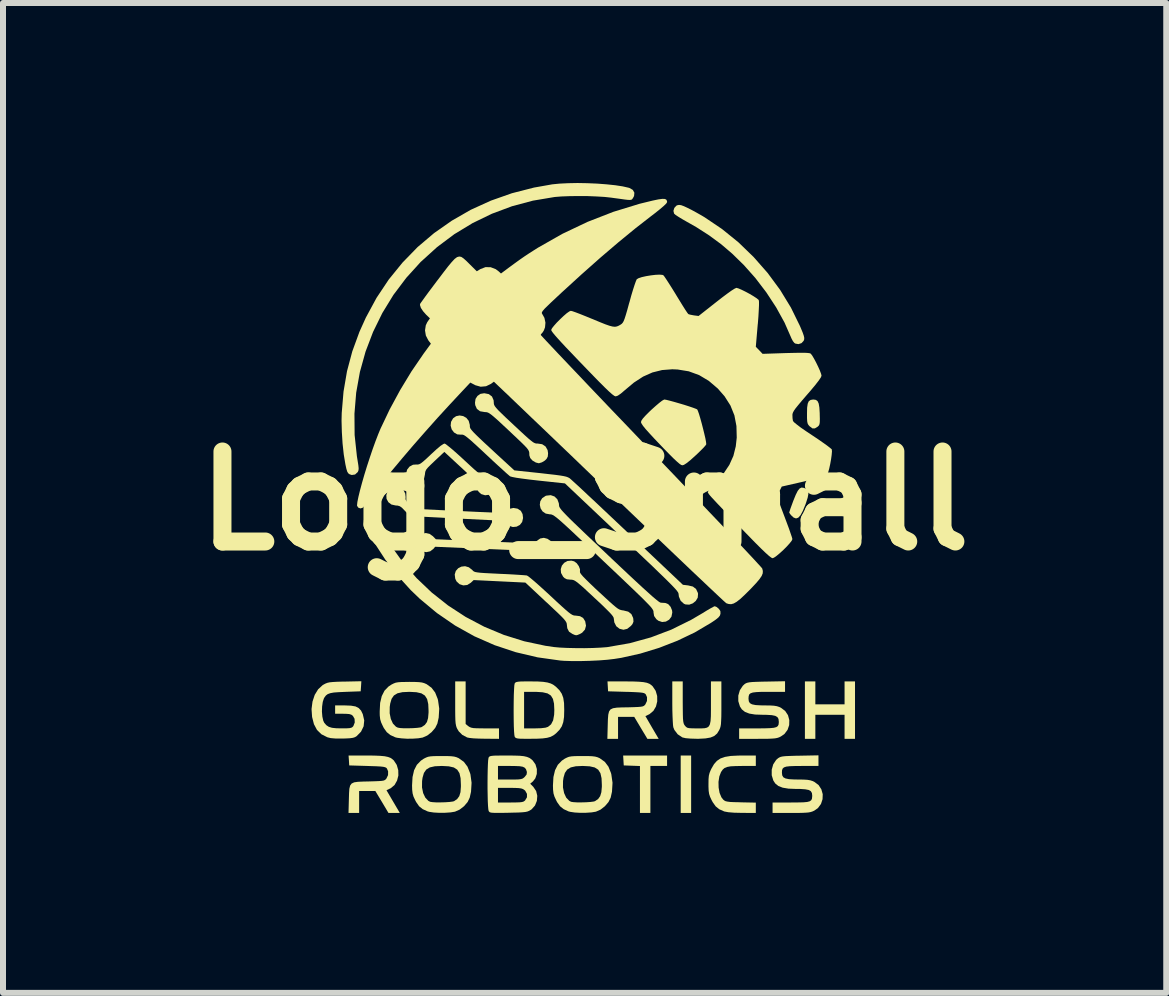
<source format=kicad_pcb>
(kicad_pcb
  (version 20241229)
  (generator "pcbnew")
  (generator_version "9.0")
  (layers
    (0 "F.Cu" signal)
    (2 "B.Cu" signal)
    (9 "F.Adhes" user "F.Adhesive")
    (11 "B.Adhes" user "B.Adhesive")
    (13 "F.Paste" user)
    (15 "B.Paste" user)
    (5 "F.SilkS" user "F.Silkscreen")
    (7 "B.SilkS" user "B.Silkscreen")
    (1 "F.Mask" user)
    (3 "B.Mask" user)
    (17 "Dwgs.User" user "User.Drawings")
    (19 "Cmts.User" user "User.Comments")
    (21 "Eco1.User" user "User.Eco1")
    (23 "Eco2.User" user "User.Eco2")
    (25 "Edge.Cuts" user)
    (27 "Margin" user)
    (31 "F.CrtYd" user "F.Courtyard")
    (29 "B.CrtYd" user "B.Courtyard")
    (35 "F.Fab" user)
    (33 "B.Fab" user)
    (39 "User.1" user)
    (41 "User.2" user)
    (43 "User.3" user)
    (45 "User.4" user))
  (footprint "Logo_Small"
    (layer "F.Cu")
    (at 6.693 5.296)
    (property "Reference" "Logo_Small" (at 0 0 0) (layer "F.SilkS") (effects (font (size 1.5 1.5) (thickness 0.3))))
    (attr board_only exclude_from_pos_files exclude_from_bom)
    (fp_poly (pts (xy 1.775 4.723) (xy 1.775 5.202) (xy 1.688 5.202) (xy 1.601 5.202) (xy 1.601 4.723) (xy 1.601 4.245) (xy 1.688 4.245) (xy 1.775 4.245)) (stroke (width 0) (type solid)) (fill yes) (layer "F.SilkS"))
    (fp_poly (pts (xy 1.374 4.332) (xy 1.374 4.419) (xy 1.235 4.419) (xy 1.096 4.419) (xy 1.096 4.81) (xy 1.096 5.202) (xy 1.009 5.202) (xy 0.922 5.202) (xy 0.922 4.811) (xy 0.922 4.42) (xy 0.787 4.415) (xy 0.652 4.41) (xy 0.647 4.328) (xy 0.642 4.245) (xy 1.008 4.245) (xy 1.374 4.245)) (stroke (width 0) (type solid)) (fill yes) (layer "F.SilkS"))
    (fp_poly (pts (xy 3.845 3.201) (xy 3.845 3.392) (xy 4.088 3.392) (xy 4.332 3.392) (xy 4.332 3.201) (xy 4.332 3.01) (xy 4.419 3.01) (xy 4.506 3.01) (xy 4.506 3.488) (xy 4.506 3.967) (xy 4.419 3.967) (xy 4.332 3.967) (xy 4.332 3.767) (xy 4.332 3.566) (xy 4.088 3.566) (xy 3.845 3.566) (xy 3.845 3.767) (xy 3.845 3.967) (xy 3.758 3.967) (xy 3.671 3.967) (xy 3.671 3.488) (xy 3.671 3.01) (xy 3.758 3.01) (xy 3.845 3.01)) (stroke (width 0) (type solid)) (fill yes) (layer "F.SilkS"))
    (fp_poly (pts (xy 3.651 -0.216) (xy 3.663 -0.212) (xy 3.702 -0.188) (xy 3.724 -0.157) (xy 3.729 -0.114) (xy 3.717 -0.052) (xy 3.69 0.034) (xy 3.68 0.062) (xy 3.637 0.167) (xy 3.598 0.24) (xy 3.561 0.281) (xy 3.523 0.294) (xy 3.483 0.279) (xy 3.453 0.253) (xy 3.424 0.22) (xy 3.41 0.197) (xy 3.41 0.195) (xy 3.416 0.174) (xy 3.431 0.127) (xy 3.455 0.062) (xy 3.478 -0.001) (xy 3.518 -0.099) (xy 3.551 -0.165) (xy 3.583 -0.205) (xy 3.615 -0.221)) (stroke (width 0) (type solid)) (fill yes) (layer "F.SilkS"))
    (fp_poly (pts (xy 3.853 -1.682) (xy 3.882 -1.661) (xy 3.901 -1.62) (xy 3.912 -1.555) (xy 3.918 -1.46) (xy 3.918 -1.446) (xy 3.92 -1.365) (xy 3.919 -1.311) (xy 3.914 -1.277) (xy 3.904 -1.255) (xy 3.887 -1.238) (xy 3.882 -1.234) (xy 3.836 -1.206) (xy 3.796 -1.207) (xy 3.752 -1.24) (xy 3.748 -1.243) (xy 3.729 -1.265) (xy 3.716 -1.29) (xy 3.709 -1.325) (xy 3.706 -1.379) (xy 3.706 -1.458) (xy 3.708 -1.553) (xy 3.718 -1.619) (xy 3.736 -1.66) (xy 3.766 -1.681) (xy 3.809 -1.688) (xy 3.813 -1.688)) (stroke (width 0) (type solid)) (fill yes) (layer "F.SilkS"))
    (fp_poly (pts (xy -1.983 3.365) (xy -1.983 3.72) (xy -1.937 3.757) (xy -1.915 3.771) (xy -1.889 3.781) (xy -1.852 3.788) (xy -1.798 3.791) (xy -1.719 3.792) (xy -1.659 3.793) (xy -1.427 3.793) (xy -1.427 3.88) (xy -1.427 3.967) (xy -1.666 3.965) (xy -1.765 3.963) (xy -1.852 3.959) (xy -1.919 3.952) (xy -1.958 3.944) (xy -1.958 3.944) (xy -2.039 3.901) (xy -2.097 3.843) (xy -2.123 3.8) (xy -2.135 3.774) (xy -2.143 3.745) (xy -2.15 3.707) (xy -2.154 3.656) (xy -2.156 3.585) (xy -2.157 3.49) (xy -2.157 3.371) (xy -2.157 3.01) (xy -2.07 3.01) (xy -1.983 3.01)) (stroke (width 0) (type solid)) (fill yes) (layer "F.SilkS"))
    (fp_poly (pts (xy -2.584 0.551) (xy -2.529 0.59) (xy -2.479 0.641) (xy -1.661 0.676) (xy -0.844 0.71) (xy -0.8 0.67) (xy -0.74 0.628) (xy -0.68 0.617) (xy -0.62 0.633) (xy -0.559 0.674) (xy -0.526 0.73) (xy -0.522 0.795) (xy -0.548 0.859) (xy -0.573 0.889) (xy -0.635 0.931) (xy -0.701 0.941) (xy -0.765 0.917) (xy -0.8 0.888) (xy -0.848 0.836) (xy -1.67 0.801) (xy -2.491 0.766) (xy -2.52 0.801) (xy -2.574 0.842) (xy -2.638 0.856) (xy -2.703 0.845) (xy -2.759 0.809) (xy -2.793 0.757) (xy -2.807 0.688) (xy -2.793 0.627) (xy -2.757 0.579) (xy -2.706 0.548) (xy -2.646 0.537)) (stroke (width 0) (type solid)) (fill yes) (layer "F.SilkS"))
    (fp_poly (pts (xy 1.607 -4.927) (xy 1.656 -4.909) (xy 1.712 -4.883) (xy 1.782 -4.848) (xy 1.868 -4.801) (xy 1.956 -4.751) (xy 2.001 -4.724) (xy 2.29 -4.529) (xy 2.563 -4.308) (xy 2.817 -4.062) (xy 3.05 -3.797) (xy 3.258 -3.515) (xy 3.438 -3.22) (xy 3.587 -2.916) (xy 3.602 -2.881) (xy 3.634 -2.804) (xy 3.652 -2.752) (xy 3.66 -2.716) (xy 3.659 -2.69) (xy 3.65 -2.666) (xy 3.615 -2.628) (xy 3.564 -2.611) (xy 3.512 -2.62) (xy 3.495 -2.631) (xy 3.471 -2.661) (xy 3.446 -2.708) (xy 3.44 -2.723) (xy 3.331 -2.971) (xy 3.192 -3.223) (xy 3.029 -3.472) (xy 2.846 -3.712) (xy 2.647 -3.936) (xy 2.644 -3.938) (xy 2.461 -4.117) (xy 2.275 -4.276) (xy 2.077 -4.422) (xy 1.859 -4.562) (xy 1.702 -4.651) (xy 1.627 -4.694) (xy 1.563 -4.733) (xy 1.515 -4.765) (xy 1.492 -4.785) (xy 1.491 -4.786) (xy 1.48 -4.832) (xy 1.495 -4.881) (xy 1.529 -4.918) (xy 1.543 -4.925) (xy 1.572 -4.931)) (stroke (width 0) (type solid)) (fill yes) (layer "F.SilkS"))
    (fp_poly (pts (xy 1.36 -1.683) (xy 1.416 -1.669) (xy 1.49 -1.649) (xy 1.573 -1.625) (xy 1.658 -1.6) (xy 1.739 -1.574) (xy 1.807 -1.551) (xy 1.855 -1.533) (xy 1.876 -1.523) (xy 1.888 -1.498) (xy 1.906 -1.447) (xy 1.927 -1.377) (xy 1.95 -1.294) (xy 1.973 -1.205) (xy 1.994 -1.119) (xy 2.012 -1.042) (xy 2.023 -0.982) (xy 2.027 -0.945) (xy 2.026 -0.939) (xy 2.011 -0.918) (xy 1.975 -0.878) (xy 1.923 -0.826) (xy 1.861 -0.766) (xy 1.845 -0.752) (xy 1.762 -0.677) (xy 1.699 -0.627) (xy 1.655 -0.599) (xy 1.63 -0.592) (xy 1.61 -0.597) (xy 1.582 -0.616) (xy 1.541 -0.651) (xy 1.485 -0.703) (xy 1.413 -0.775) (xy 1.321 -0.869) (xy 1.263 -0.93) (xy 1.158 -1.04) (xy 1.077 -1.128) (xy 1.016 -1.196) (xy 0.974 -1.248) (xy 0.95 -1.284) (xy 0.94 -1.307) (xy 0.939 -1.311) (xy 0.947 -1.337) (xy 0.971 -1.372) (xy 1.015 -1.421) (xy 1.081 -1.487) (xy 1.117 -1.521) (xy 1.184 -1.581) (xy 1.244 -1.632) (xy 1.292 -1.669) (xy 1.323 -1.686) (xy 1.327 -1.688)) (stroke (width 0) (type solid)) (fill yes) (layer "F.SilkS"))
    (fp_poly (pts (xy 2.853 4.332) (xy 2.853 4.419) (xy 2.623 4.419) (xy 2.513 4.421) (xy 2.432 4.425) (xy 2.374 4.436) (xy 2.332 4.453) (xy 2.302 4.479) (xy 2.277 4.515) (xy 2.274 4.518) (xy 2.245 4.594) (xy 2.231 4.684) (xy 2.233 4.779) (xy 2.249 4.868) (xy 2.28 4.942) (xy 2.308 4.978) (xy 2.327 4.994) (xy 2.349 5.006) (xy 2.38 5.013) (xy 2.426 5.019) (xy 2.493 5.022) (xy 2.588 5.024) (xy 2.602 5.025) (xy 2.853 5.03) (xy 2.853 5.116) (xy 2.853 5.202) (xy 2.623 5.201) (xy 2.493 5.198) (xy 2.395 5.19) (xy 2.33 5.178) (xy 2.324 5.176) (xy 2.243 5.14) (xy 2.184 5.092) (xy 2.135 5.023) (xy 2.115 4.986) (xy 2.09 4.932) (xy 2.075 4.886) (xy 2.067 4.833) (xy 2.064 4.764) (xy 2.064 4.723) (xy 2.065 4.642) (xy 2.07 4.583) (xy 2.082 4.535) (xy 2.102 4.486) (xy 2.115 4.46) (xy 2.157 4.388) (xy 2.205 4.334) (xy 2.264 4.294) (xy 2.339 4.268) (xy 2.436 4.252) (xy 2.56 4.246) (xy 2.631 4.245) (xy 2.853 4.245)) (stroke (width 0) (type solid)) (fill yes) (layer "F.SilkS"))
    (fp_poly (pts (xy -3.641 4.245) (xy -3.511 4.246) (xy -3.41 4.25) (xy -3.333 4.257) (xy -3.276 4.269) (xy -3.234 4.285) (xy -3.2 4.309) (xy -3.18 4.327) (xy -3.131 4.402) (xy -3.106 4.489) (xy -3.104 4.578) (xy -3.126 4.663) (xy -3.168 4.737) (xy -3.231 4.79) (xy -3.243 4.795) (xy -3.302 4.824) (xy -3.191 5.013) (xy -3.08 5.202) (xy -3.175 5.202) (xy -3.269 5.202) (xy -3.378 5.019) (xy -3.488 4.836) (xy -3.623 4.836) (xy -3.758 4.836) (xy -3.758 5.019) (xy -3.758 5.202) (xy -3.847 5.202) (xy -3.935 5.202) (xy -3.929 4.977) (xy -3.926 4.874) (xy -3.921 4.799) (xy -3.908 4.746) (xy -3.883 4.712) (xy -3.841 4.692) (xy -3.778 4.683) (xy -3.689 4.679) (xy -3.598 4.677) (xy -3.497 4.674) (xy -3.426 4.671) (xy -3.377 4.667) (xy -3.345 4.661) (xy -3.325 4.651) (xy -3.31 4.637) (xy -3.304 4.63) (xy -3.276 4.571) (xy -3.275 4.508) (xy -3.295 4.461) (xy -3.307 4.449) (xy -3.326 4.44) (xy -3.356 4.433) (xy -3.402 4.428) (xy -3.471 4.424) (xy -3.567 4.421) (xy -3.622 4.419) (xy -3.923 4.41) (xy -3.928 4.328) (xy -3.934 4.245)) (stroke (width 0) (type solid)) (fill yes) (layer "F.SilkS"))
    (fp_poly (pts (xy 0.673 3.01) (xy 0.804 3.011) (xy 0.905 3.015) (xy 0.981 3.022) (xy 1.038 3.033) (xy 1.081 3.05) (xy 1.115 3.074) (xy 1.134 3.092) (xy 1.184 3.167) (xy 1.209 3.253) (xy 1.21 3.343) (xy 1.189 3.428) (xy 1.146 3.501) (xy 1.083 3.554) (xy 1.072 3.56) (xy 1.013 3.588) (xy 1.123 3.778) (xy 1.234 3.967) (xy 1.14 3.967) (xy 1.046 3.967) (xy 0.936 3.784) (xy 0.827 3.601) (xy 0.692 3.601) (xy 0.557 3.601) (xy 0.557 3.784) (xy 0.557 3.967) (xy 0.468 3.967) (xy 0.379 3.967) (xy 0.385 3.742) (xy 0.388 3.639) (xy 0.394 3.564) (xy 0.407 3.511) (xy 0.431 3.477) (xy 0.473 3.457) (xy 0.536 3.447) (xy 0.626 3.443) (xy 0.716 3.442) (xy 0.817 3.439) (xy 0.889 3.436) (xy 0.938 3.432) (xy 0.969 3.426) (xy 0.99 3.416) (xy 1.005 3.402) (xy 1.011 3.395) (xy 1.039 3.336) (xy 1.04 3.273) (xy 1.019 3.226) (xy 1.007 3.214) (xy 0.989 3.205) (xy 0.959 3.198) (xy 0.912 3.193) (xy 0.843 3.189) (xy 0.747 3.185) (xy 0.693 3.184) (xy 0.391 3.175) (xy 0.386 3.092) (xy 0.381 3.01)) (stroke (width 0) (type solid)) (fill yes) (layer "F.SilkS"))
    (fp_poly (pts (xy 1.635 3.355) (xy 1.636 3.474) (xy 1.637 3.563) (xy 1.639 3.628) (xy 1.643 3.673) (xy 1.649 3.704) (xy 1.657 3.726) (xy 1.669 3.744) (xy 1.671 3.747) (xy 1.69 3.768) (xy 1.711 3.782) (xy 1.742 3.789) (xy 1.792 3.792) (xy 1.868 3.793) (xy 1.871 3.793) (xy 1.944 3.793) (xy 2 3.79) (xy 2.041 3.78) (xy 2.07 3.759) (xy 2.088 3.724) (xy 2.099 3.669) (xy 2.104 3.592) (xy 2.105 3.487) (xy 2.105 3.366) (xy 2.105 3.01) (xy 2.192 3.01) (xy 2.279 3.01) (xy 2.279 3.378) (xy 2.279 3.503) (xy 2.278 3.597) (xy 2.275 3.668) (xy 2.272 3.72) (xy 2.266 3.758) (xy 2.257 3.789) (xy 2.245 3.816) (xy 2.243 3.821) (xy 2.208 3.878) (xy 2.162 3.918) (xy 2.099 3.945) (xy 2.014 3.96) (xy 1.902 3.966) (xy 1.869 3.966) (xy 1.765 3.963) (xy 1.684 3.956) (xy 1.632 3.944) (xy 1.627 3.942) (xy 1.551 3.891) (xy 1.496 3.819) (xy 1.478 3.774) (xy 1.473 3.738) (xy 1.469 3.675) (xy 1.465 3.589) (xy 1.462 3.488) (xy 1.461 3.377) (xy 1.461 3.362) (xy 1.461 3.01) (xy 1.548 3.01) (xy 1.635 3.01)) (stroke (width 0) (type solid)) (fill yes) (layer "F.SilkS"))
    (fp_poly (pts (xy -3.063 -0.218) (xy -3.018 -0.178) (xy -2.989 -0.119) (xy -2.982 -0.058) (xy -2.985 -0.046) (xy -2.982 -0.015) (xy -2.959 0.021) (xy -2.919 0.063) (xy -2.844 0.134) (xy -2.09 0.17) (xy -1.908 0.179) (xy -1.758 0.186) (xy -1.636 0.191) (xy -1.54 0.195) (xy -1.466 0.197) (xy -1.411 0.197) (xy -1.371 0.196) (xy -1.345 0.193) (xy -1.327 0.189) (xy -1.317 0.183) (xy -1.309 0.175) (xy -1.307 0.173) (xy -1.254 0.134) (xy -1.187 0.119) (xy -1.118 0.131) (xy -1.118 0.131) (xy -1.063 0.167) (xy -1.034 0.222) (xy -1.026 0.287) (xy -1.041 0.353) (xy -1.079 0.402) (xy -1.134 0.431) (xy -1.196 0.437) (xy -1.259 0.418) (xy -1.304 0.384) (xy -1.352 0.333) (xy -2.081 0.297) (xy -2.239 0.289) (xy -2.388 0.281) (xy -2.524 0.274) (xy -2.643 0.268) (xy -2.74 0.262) (xy -2.813 0.257) (xy -2.857 0.254) (xy -2.867 0.253) (xy -2.916 0.236) (xy -2.969 0.194) (xy -2.999 0.163) (xy -3.044 0.116) (xy -3.079 0.091) (xy -3.115 0.08) (xy -3.149 0.078) (xy -3.22 0.062) (xy -3.271 0.023) (xy -3.301 -0.032) (xy -3.305 -0.095) (xy -3.281 -0.159) (xy -3.255 -0.193) (xy -3.195 -0.234) (xy -3.131 -0.241)) (stroke (width 0) (type solid)) (fill yes) (layer "F.SilkS"))
    (fp_poly (pts (xy -0.174 1.009) (xy -0.132 1.04) (xy -0.097 1.089) (xy -0.077 1.141) (xy -0.078 1.181) (xy -0.076 1.197) (xy -0.06 1.222) (xy -0.029 1.259) (xy 0.021 1.31) (xy 0.09 1.378) (xy 0.182 1.466) (xy 0.236 1.516) (xy 0.336 1.608) (xy 0.414 1.68) (xy 0.474 1.733) (xy 0.519 1.771) (xy 0.554 1.797) (xy 0.583 1.813) (xy 0.608 1.821) (xy 0.634 1.826) (xy 0.645 1.827) (xy 0.726 1.847) (xy 0.779 1.888) (xy 0.808 1.951) (xy 0.811 1.969) (xy 0.814 2.015) (xy 0.798 2.053) (xy 0.772 2.085) (xy 0.71 2.134) (xy 0.647 2.149) (xy 0.582 2.133) (xy 0.528 2.091) (xy 0.495 2.027) (xy 0.487 1.968) (xy 0.484 1.949) (xy 0.471 1.925) (xy 0.447 1.894) (xy 0.408 1.852) (xy 0.352 1.796) (xy 0.277 1.723) (xy 0.178 1.631) (xy 0.163 1.617) (xy 0.064 1.525) (xy -0.013 1.453) (xy -0.073 1.401) (xy -0.118 1.363) (xy -0.152 1.339) (xy -0.178 1.324) (xy -0.202 1.317) (xy -0.225 1.314) (xy -0.239 1.314) (xy -0.296 1.308) (xy -0.335 1.288) (xy -0.359 1.264) (xy -0.393 1.202) (xy -0.398 1.139) (xy -0.379 1.08) (xy -0.34 1.033) (xy -0.286 1.003) (xy -0.221 0.997)) (stroke (width 0) (type solid)) (fill yes) (layer "F.SilkS"))
    (fp_poly (pts (xy -1.597 -1.778) (xy -1.544 -1.738) (xy -1.517 -1.676) (xy -1.514 -1.64) (xy -1.513 -1.619) (xy -1.508 -1.599) (xy -1.496 -1.576) (xy -1.474 -1.548) (xy -1.44 -1.51) (xy -1.39 -1.461) (xy -1.322 -1.395) (xy -1.233 -1.312) (xy -1.18 -1.262) (xy -1.079 -1.168) (xy -1 -1.095) (xy -0.939 -1.04) (xy -0.893 -1.002) (xy -0.859 -0.976) (xy -0.833 -0.962) (xy -0.811 -0.955) (xy -0.791 -0.954) (xy -0.782 -0.954) (xy -0.708 -0.943) (xy -0.651 -0.905) (xy -0.617 -0.845) (xy -0.609 -0.792) (xy -0.614 -0.737) (xy -0.634 -0.699) (xy -0.662 -0.671) (xy -0.712 -0.641) (xy -0.761 -0.626) (xy -0.765 -0.626) (xy -0.813 -0.638) (xy -0.863 -0.667) (xy -0.869 -0.671) (xy -0.906 -0.712) (xy -0.921 -0.757) (xy -0.922 -0.784) (xy -0.923 -0.805) (xy -0.928 -0.825) (xy -0.939 -0.847) (xy -0.96 -0.876) (xy -0.994 -0.913) (xy -1.043 -0.962) (xy -1.11 -1.026) (xy -1.198 -1.109) (xy -1.257 -1.165) (xy -1.358 -1.259) (xy -1.437 -1.333) (xy -1.498 -1.387) (xy -1.544 -1.426) (xy -1.579 -1.452) (xy -1.606 -1.468) (xy -1.629 -1.476) (xy -1.651 -1.478) (xy -1.667 -1.479) (xy -1.742 -1.492) (xy -1.795 -1.531) (xy -1.823 -1.594) (xy -1.827 -1.635) (xy -1.818 -1.698) (xy -1.787 -1.746) (xy -1.784 -1.749) (xy -1.737 -1.782) (xy -1.676 -1.792) (xy -1.67 -1.792)) (stroke (width 0) (type solid)) (fill yes) (layer "F.SilkS"))
    (fp_poly (pts (xy -2.31 -0.941) (xy -2.267 -0.907) (xy -2.206 -0.857) (xy -2.133 -0.793) (xy -2.051 -0.719) (xy -2.008 -0.679) (xy -1.915 -0.593) (xy -1.843 -0.527) (xy -1.788 -0.48) (xy -1.747 -0.447) (xy -1.716 -0.427) (xy -1.69 -0.415) (xy -1.667 -0.411) (xy -1.641 -0.409) (xy -1.64 -0.409) (xy -1.566 -0.394) (xy -1.512 -0.352) (xy -1.483 -0.29) (xy -1.479 -0.252) (xy -1.494 -0.186) (xy -1.535 -0.134) (xy -1.592 -0.101) (xy -1.658 -0.092) (xy -1.724 -0.112) (xy -1.724 -0.112) (xy -1.767 -0.151) (xy -1.797 -0.206) (xy -1.807 -0.262) (xy -1.804 -0.278) (xy -1.806 -0.295) (xy -1.821 -0.32) (xy -1.851 -0.356) (xy -1.899 -0.406) (xy -1.968 -0.472) (xy -2.061 -0.559) (xy -2.067 -0.564) (xy -2.338 -0.815) (xy -2.499 -0.664) (xy -2.565 -0.601) (xy -2.611 -0.555) (xy -2.639 -0.521) (xy -2.653 -0.493) (xy -2.659 -0.465) (xy -2.661 -0.442) (xy -2.676 -0.369) (xy -2.718 -0.318) (xy -2.783 -0.291) (xy -2.821 -0.288) (xy -2.891 -0.303) (xy -2.943 -0.345) (xy -2.971 -0.41) (xy -2.975 -0.452) (xy -2.959 -0.518) (xy -2.918 -0.57) (xy -2.86 -0.601) (xy -2.805 -0.605) (xy -2.78 -0.604) (xy -2.756 -0.61) (xy -2.728 -0.625) (xy -2.691 -0.654) (xy -2.639 -0.7) (xy -2.569 -0.766) (xy -2.555 -0.779) (xy -2.466 -0.861) (xy -2.399 -0.917) (xy -2.353 -0.947) (xy -2.332 -0.954)) (stroke (width 0) (type solid)) (fill yes) (layer "F.SilkS"))
    (fp_poly (pts (xy -0.786 3.011) (xy -0.691 3.017) (xy -0.619 3.028) (xy -0.563 3.045) (xy -0.516 3.07) (xy -0.477 3.1) (xy -0.42 3.157) (xy -0.381 3.216) (xy -0.356 3.284) (xy -0.343 3.371) (xy -0.34 3.484) (xy -0.34 3.488) (xy -0.343 3.602) (xy -0.356 3.689) (xy -0.38 3.758) (xy -0.419 3.817) (xy -0.475 3.874) (xy -0.477 3.876) (xy -0.52 3.909) (xy -0.568 3.934) (xy -0.625 3.95) (xy -0.699 3.96) (xy -0.796 3.965) (xy -0.908 3.966) (xy -1.004 3.966) (xy -1.072 3.965) (xy -1.116 3.961) (xy -1.142 3.954) (xy -1.157 3.944) (xy -1.165 3.933) (xy -1.171 3.904) (xy -1.176 3.844) (xy -1.18 3.756) (xy -1.182 3.643) (xy -1.183 3.51) (xy -1.183 3.488) (xy -1.009 3.488) (xy -1.009 3.793) (xy -0.834 3.793) (xy -0.727 3.79) (xy -0.652 3.781) (xy -0.61 3.767) (xy -0.559 3.725) (xy -0.525 3.659) (xy -0.508 3.565) (xy -0.505 3.488) (xy -0.51 3.381) (xy -0.528 3.302) (xy -0.562 3.246) (xy -0.618 3.21) (xy -0.699 3.191) (xy -0.808 3.184) (xy -0.834 3.184) (xy -1.009 3.184) (xy -1.009 3.488) (xy -1.183 3.488) (xy -1.182 3.352) (xy -1.18 3.236) (xy -1.176 3.144) (xy -1.172 3.079) (xy -1.166 3.046) (xy -1.165 3.043) (xy -1.155 3.03) (xy -1.138 3.021) (xy -1.109 3.015) (xy -1.061 3.011) (xy -0.989 3.01) (xy -0.908 3.01)) (stroke (width 0) (type solid)) (fill yes) (layer "F.SilkS"))
    (fp_poly (pts (xy -1.93 1.108) (xy -1.872 1.153) (xy -1.87 1.156) (xy -1.858 1.169) (xy -1.843 1.179) (xy -1.822 1.187) (xy -1.788 1.193) (xy -1.739 1.199) (xy -1.67 1.204) (xy -1.575 1.209) (xy -1.452 1.215) (xy -1.418 1.217) (xy -1.299 1.222) (xy -1.19 1.228) (xy -1.096 1.234) (xy -1.023 1.239) (xy -0.976 1.243) (xy -0.962 1.245) (xy -0.94 1.258) (xy -0.896 1.293) (xy -0.834 1.345) (xy -0.758 1.412) (xy -0.672 1.49) (xy -0.578 1.576) (xy -0.571 1.583) (xy -0.466 1.681) (xy -0.383 1.757) (xy -0.319 1.814) (xy -0.27 1.856) (xy -0.233 1.884) (xy -0.205 1.901) (xy -0.182 1.91) (xy -0.161 1.913) (xy -0.151 1.913) (xy -0.077 1.923) (xy -0.025 1.953) (xy 0.01 2.009) (xy 0.01 2.011) (xy 0.023 2.082) (xy 0.005 2.147) (xy -0.042 2.199) (xy -0.077 2.219) (xy -0.118 2.236) (xy -0.142 2.241) (xy -0.166 2.235) (xy -0.203 2.219) (xy -0.26 2.181) (xy -0.289 2.124) (xy -0.296 2.066) (xy -0.298 2.047) (xy -0.305 2.027) (xy -0.32 2.002) (xy -0.346 1.97) (xy -0.386 1.928) (xy -0.443 1.872) (xy -0.52 1.8) (xy -0.618 1.707) (xy -0.642 1.686) (xy -0.987 1.363) (xy -1.418 1.342) (xy -1.849 1.321) (xy -1.896 1.365) (xy -1.956 1.403) (xy -2.022 1.41) (xy -2.084 1.39) (xy -2.134 1.344) (xy -2.156 1.299) (xy -2.165 1.228) (xy -2.147 1.169) (xy -2.107 1.124) (xy -2.054 1.097) (xy -1.992 1.09)) (stroke (width 0) (type solid)) (fill yes) (layer "F.SilkS"))
    (fp_poly (pts (xy 3.34 3.095) (xy 3.34 3.184) (xy 3.063 3.184) (xy 2.948 3.184) (xy 2.863 3.188) (xy 2.803 3.195) (xy 2.765 3.208) (xy 2.743 3.227) (xy 2.734 3.256) (xy 2.731 3.295) (xy 2.731 3.297) (xy 2.736 3.341) (xy 2.754 3.372) (xy 2.79 3.392) (xy 2.848 3.404) (xy 2.933 3.409) (xy 3.001 3.41) (xy 3.091 3.411) (xy 3.156 3.415) (xy 3.204 3.423) (xy 3.244 3.436) (xy 3.271 3.449) (xy 3.342 3.502) (xy 3.389 3.573) (xy 3.411 3.654) (xy 3.409 3.738) (xy 3.382 3.817) (xy 3.331 3.885) (xy 3.271 3.927) (xy 3.241 3.942) (xy 3.21 3.952) (xy 3.173 3.959) (xy 3.123 3.963) (xy 3.055 3.966) (xy 2.962 3.966) (xy 2.884 3.967) (xy 2.575 3.967) (xy 2.575 3.88) (xy 2.575 3.793) (xy 2.878 3.793) (xy 2.998 3.792) (xy 3.088 3.789) (xy 3.152 3.783) (xy 3.194 3.772) (xy 3.219 3.755) (xy 3.232 3.73) (xy 3.236 3.696) (xy 3.236 3.679) (xy 3.231 3.636) (xy 3.213 3.605) (xy 3.177 3.584) (xy 3.119 3.572) (xy 3.034 3.567) (xy 2.966 3.566) (xy 2.841 3.562) (xy 2.744 3.546) (xy 2.672 3.518) (xy 2.62 3.476) (xy 2.588 3.427) (xy 2.561 3.339) (xy 2.561 3.246) (xy 2.587 3.157) (xy 2.636 3.083) (xy 2.667 3.054) (xy 2.688 3.041) (xy 2.712 3.032) (xy 2.747 3.025) (xy 2.796 3.02) (xy 2.866 3.017) (xy 2.962 3.014) (xy 3.028 3.013) (xy 3.34 3.007)) (stroke (width 0) (type solid)) (fill yes) (layer "F.SilkS"))
    (fp_poly (pts (xy 3.897 4.331) (xy 3.897 4.419) (xy 3.62 4.419) (xy 3.505 4.42) (xy 3.42 4.423) (xy 3.36 4.43) (xy 3.322 4.443) (xy 3.3 4.463) (xy 3.29 4.491) (xy 3.288 4.53) (xy 3.288 4.532) (xy 3.293 4.576) (xy 3.311 4.607) (xy 3.347 4.627) (xy 3.405 4.639) (xy 3.49 4.644) (xy 3.558 4.645) (xy 3.648 4.646) (xy 3.712 4.65) (xy 3.76 4.658) (xy 3.801 4.671) (xy 3.828 4.684) (xy 3.899 4.737) (xy 3.945 4.808) (xy 3.968 4.889) (xy 3.965 4.973) (xy 3.939 5.052) (xy 3.888 5.121) (xy 3.828 5.163) (xy 3.798 5.177) (xy 3.767 5.187) (xy 3.73 5.194) (xy 3.68 5.198) (xy 3.612 5.201) (xy 3.519 5.202) (xy 3.441 5.202) (xy 3.132 5.202) (xy 3.132 5.115) (xy 3.132 5.028) (xy 3.435 5.028) (xy 3.555 5.027) (xy 3.645 5.025) (xy 3.709 5.019) (xy 3.751 5.008) (xy 3.776 4.99) (xy 3.788 4.966) (xy 3.792 4.932) (xy 3.793 4.914) (xy 3.788 4.871) (xy 3.77 4.84) (xy 3.734 4.819) (xy 3.676 4.808) (xy 3.591 4.802) (xy 3.523 4.802) (xy 3.397 4.797) (xy 3.301 4.781) (xy 3.229 4.753) (xy 3.177 4.711) (xy 3.145 4.662) (xy 3.118 4.574) (xy 3.118 4.481) (xy 3.143 4.392) (xy 3.192 4.318) (xy 3.224 4.29) (xy 3.245 4.277) (xy 3.269 4.267) (xy 3.303 4.26) (xy 3.352 4.255) (xy 3.422 4.252) (xy 3.518 4.249) (xy 3.585 4.248) (xy 3.897 4.242)) (stroke (width 0) (type solid)) (fill yes) (layer "F.SilkS"))
    (fp_poly (pts (xy -3.726 3.091) (xy -3.732 3.175) (xy -3.984 3.184) (xy -4.096 3.189) (xy -4.18 3.195) (xy -4.239 3.206) (xy -4.282 3.222) (xy -4.312 3.245) (xy -4.335 3.276) (xy -4.345 3.293) (xy -4.364 3.351) (xy -4.375 3.428) (xy -4.378 3.513) (xy -4.371 3.596) (xy -4.356 3.664) (xy -4.339 3.7) (xy -4.304 3.74) (xy -4.263 3.767) (xy -4.21 3.783) (xy -4.136 3.791) (xy -4.05 3.792) (xy -3.971 3.792) (xy -3.92 3.789) (xy -3.888 3.782) (xy -3.868 3.77) (xy -3.854 3.754) (xy -3.831 3.695) (xy -3.834 3.633) (xy -3.862 3.584) (xy -3.887 3.565) (xy -3.922 3.554) (xy -3.976 3.55) (xy -4.027 3.549) (xy -4.158 3.549) (xy -4.158 3.479) (xy -4.158 3.41) (xy -3.997 3.41) (xy -3.894 3.414) (xy -3.818 3.427) (xy -3.765 3.454) (xy -3.726 3.496) (xy -3.697 3.556) (xy -3.673 3.66) (xy -3.683 3.758) (xy -3.726 3.847) (xy -3.798 3.921) (xy -3.799 3.922) (xy -3.827 3.939) (xy -3.861 3.95) (xy -3.911 3.957) (xy -3.983 3.961) (xy -4.033 3.962) (xy -4.147 3.962) (xy -4.231 3.955) (xy -4.287 3.941) (xy -4.386 3.891) (xy -4.46 3.819) (xy -4.511 3.723) (xy -4.542 3.602) (xy -4.551 3.471) (xy -4.535 3.346) (xy -4.498 3.234) (xy -4.441 3.141) (xy -4.366 3.072) (xy -4.349 3.062) (xy -4.317 3.045) (xy -4.285 3.033) (xy -4.248 3.025) (xy -4.197 3.02) (xy -4.127 3.016) (xy -4.031 3.013) (xy -3.996 3.013) (xy -3.721 3.007)) (stroke (width 0) (type solid)) (fill yes) (layer "F.SilkS"))
    (fp_poly (pts (xy -2.828 3.019) (xy -2.761 3.022) (xy -2.712 3.028) (xy -2.675 3.038) (xy -2.64 3.053) (xy -2.632 3.057) (xy -2.551 3.116) (xy -2.491 3.195) (xy -2.449 3.301) (xy -2.443 3.324) (xy -2.423 3.464) (xy -2.432 3.613) (xy -2.454 3.712) (xy -2.49 3.785) (xy -2.55 3.855) (xy -2.623 3.912) (xy -2.7 3.946) (xy -2.701 3.946) (xy -2.773 3.958) (xy -2.863 3.964) (xy -2.959 3.965) (xy -3.051 3.959) (xy -3.126 3.949) (xy -3.157 3.941) (xy -3.237 3.904) (xy -3.297 3.856) (xy -3.347 3.786) (xy -3.364 3.752) (xy -3.391 3.694) (xy -3.407 3.641) (xy -3.414 3.58) (xy -3.415 3.541) (xy -3.249 3.541) (xy -3.23 3.635) (xy -3.195 3.712) (xy -3.144 3.765) (xy -3.114 3.78) (xy -3.076 3.787) (xy -3.014 3.791) (xy -2.94 3.791) (xy -2.862 3.789) (xy -2.791 3.784) (xy -2.738 3.777) (xy -2.716 3.771) (xy -2.663 3.735) (xy -2.628 3.687) (xy -2.609 3.621) (xy -2.601 3.529) (xy -2.601 3.5) (xy -2.606 3.388) (xy -2.625 3.304) (xy -2.662 3.246) (xy -2.72 3.209) (xy -2.803 3.19) (xy -2.916 3.184) (xy -2.923 3.184) (xy -3.035 3.189) (xy -3.119 3.208) (xy -3.178 3.244) (xy -3.217 3.3) (xy -3.24 3.379) (xy -3.248 3.436) (xy -3.249 3.541) (xy -3.415 3.541) (xy -3.415 3.509) (xy -3.408 3.368) (xy -3.381 3.255) (xy -3.335 3.164) (xy -3.267 3.094) (xy -3.218 3.062) (xy -3.182 3.044) (xy -3.148 3.031) (xy -3.107 3.024) (xy -3.052 3.02) (xy -2.973 3.019) (xy -2.923 3.018)) (stroke (width 0) (type solid)) (fill yes) (layer "F.SilkS"))
    (fp_poly (pts (xy -2.289 4.254) (xy -2.222 4.257) (xy -2.173 4.263) (xy -2.136 4.273) (xy -2.101 4.288) (xy -2.093 4.293) (xy -2.012 4.351) (xy -1.952 4.431) (xy -1.91 4.536) (xy -1.903 4.559) (xy -1.884 4.699) (xy -1.893 4.848) (xy -1.915 4.947) (xy -1.95 5.02) (xy -2.01 5.09) (xy -2.084 5.147) (xy -2.161 5.181) (xy -2.162 5.181) (xy -2.234 5.193) (xy -2.324 5.199) (xy -2.42 5.2) (xy -2.512 5.195) (xy -2.587 5.184) (xy -2.617 5.176) (xy -2.698 5.139) (xy -2.758 5.091) (xy -2.807 5.021) (xy -2.825 4.987) (xy -2.852 4.929) (xy -2.867 4.876) (xy -2.874 4.816) (xy -2.875 4.777) (xy -2.71 4.777) (xy -2.691 4.871) (xy -2.655 4.947) (xy -2.605 5) (xy -2.575 5.016) (xy -2.536 5.022) (xy -2.475 5.026) (xy -2.4 5.026) (xy -2.323 5.024) (xy -2.252 5.019) (xy -2.199 5.012) (xy -2.176 5.006) (xy -2.124 4.97) (xy -2.089 4.922) (xy -2.069 4.856) (xy -2.062 4.765) (xy -2.062 4.735) (xy -2.067 4.623) (xy -2.086 4.539) (xy -2.123 4.481) (xy -2.18 4.444) (xy -2.264 4.425) (xy -2.376 4.419) (xy -2.383 4.419) (xy -2.496 4.424) (xy -2.58 4.443) (xy -2.639 4.479) (xy -2.678 4.535) (xy -2.701 4.614) (xy -2.709 4.671) (xy -2.71 4.777) (xy -2.875 4.777) (xy -2.876 4.745) (xy -2.868 4.604) (xy -2.842 4.49) (xy -2.796 4.4) (xy -2.728 4.33) (xy -2.679 4.297) (xy -2.643 4.279) (xy -2.609 4.266) (xy -2.568 4.259) (xy -2.512 4.255) (xy -2.434 4.254) (xy -2.383 4.254)) (stroke (width 0) (type solid)) (fill yes) (layer "F.SilkS"))
    (fp_poly (pts (xy 0.059 4.254) (xy 0.127 4.257) (xy 0.175 4.263) (xy 0.213 4.273) (xy 0.248 4.288) (xy 0.256 4.293) (xy 0.337 4.351) (xy 0.397 4.431) (xy 0.439 4.536) (xy 0.445 4.559) (xy 0.465 4.699) (xy 0.456 4.848) (xy 0.434 4.947) (xy 0.398 5.02) (xy 0.338 5.09) (xy 0.265 5.147) (xy 0.188 5.181) (xy 0.187 5.181) (xy 0.115 5.193) (xy 0.025 5.199) (xy -0.071 5.2) (xy -0.163 5.195) (xy -0.238 5.184) (xy -0.269 5.176) (xy -0.349 5.139) (xy -0.409 5.091) (xy -0.459 5.021) (xy -0.476 4.987) (xy -0.503 4.929) (xy -0.519 4.876) (xy -0.526 4.816) (xy -0.527 4.777) (xy -0.361 4.777) (xy -0.342 4.871) (xy -0.307 4.947) (xy -0.256 5) (xy -0.226 5.016) (xy -0.188 5.022) (xy -0.126 5.026) (xy -0.052 5.026) (xy 0.026 5.024) (xy 0.097 5.019) (xy 0.15 5.012) (xy 0.172 5.006) (xy 0.225 4.97) (xy 0.259 4.922) (xy 0.279 4.856) (xy 0.287 4.765) (xy 0.287 4.735) (xy 0.282 4.623) (xy 0.263 4.539) (xy 0.226 4.481) (xy 0.168 4.444) (xy 0.085 4.425) (xy -0.028 4.419) (xy -0.035 4.419) (xy -0.147 4.424) (xy -0.231 4.443) (xy -0.29 4.479) (xy -0.329 4.535) (xy -0.352 4.614) (xy -0.36 4.671) (xy -0.361 4.777) (xy -0.527 4.777) (xy -0.528 4.745) (xy -0.52 4.604) (xy -0.493 4.49) (xy -0.447 4.4) (xy -0.379 4.33) (xy -0.33 4.297) (xy -0.294 4.279) (xy -0.26 4.266) (xy -0.219 4.259) (xy -0.164 4.255) (xy -0.085 4.254) (xy -0.035 4.254)) (stroke (width 0) (type solid)) (fill yes) (layer "F.SilkS"))
    (fp_poly (pts (xy -3.538 0.247) (xy -3.503 0.279) (xy -3.463 0.335) (xy -3.416 0.421) (xy -3.409 0.435) (xy -3.233 0.739) (xy -3.03 1.024) (xy -2.801 1.288) (xy -2.549 1.528) (xy -2.276 1.744) (xy -1.983 1.935) (xy -1.672 2.099) (xy -1.346 2.235) (xy -1.007 2.341) (xy -0.655 2.416) (xy -0.513 2.437) (xy -0.414 2.446) (xy -0.29 2.452) (xy -0.151 2.455) (xy -0.005 2.456) (xy 0.137 2.453) (xy 0.266 2.447) (xy 0.372 2.439) (xy 0.391 2.436) (xy 0.753 2.373) (xy 1.105 2.276) (xy 1.445 2.147) (xy 1.775 1.984) (xy 1.966 1.872) (xy 2.037 1.828) (xy 2.099 1.792) (xy 2.145 1.767) (xy 2.168 1.757) (xy 2.168 1.757) (xy 2.201 1.77) (xy 2.236 1.8) (xy 2.26 1.834) (xy 2.263 1.844) (xy 2.264 1.881) (xy 2.255 1.912) (xy 2.231 1.943) (xy 2.187 1.979) (xy 2.118 2.026) (xy 2.101 2.037) (xy 1.835 2.194) (xy 1.546 2.332) (xy 1.24 2.451) (xy 0.926 2.547) (xy 0.611 2.617) (xy 0.497 2.635) (xy 0.379 2.649) (xy 0.239 2.66) (xy 0.087 2.667) (xy -0.067 2.671) (xy -0.213 2.671) (xy -0.341 2.667) (xy -0.406 2.662) (xy -0.783 2.609) (xy -1.148 2.523) (xy -1.5 2.406) (xy -1.837 2.258) (xy -2.158 2.079) (xy -2.462 1.87) (xy -2.749 1.631) (xy -2.897 1.489) (xy -3.118 1.246) (xy -3.321 0.982) (xy -3.5 0.707) (xy -3.612 0.503) (xy -3.648 0.429) (xy -3.67 0.38) (xy -3.68 0.346) (xy -3.679 0.322) (xy -3.67 0.301) (xy -3.669 0.299) (xy -3.639 0.262) (xy -3.61 0.243) (xy -3.572 0.236)) (stroke (width 0) (type solid)) (fill yes) (layer "F.SilkS"))
    (fp_poly (pts (xy -0.502 -0.072) (xy -0.455 -0.026) (xy -0.43 0.041) (xy -0.427 0.067) (xy -0.426 0.081) (xy -0.423 0.096) (xy -0.415 0.112) (xy -0.401 0.133) (xy -0.38 0.16) (xy -0.348 0.195) (xy -0.305 0.24) (xy -0.249 0.297) (xy -0.177 0.367) (xy -0.088 0.452) (xy 0.019 0.555) (xy 0.147 0.676) (xy 0.298 0.819) (xy 0.399 0.915) (xy 0.575 1.081) (xy 0.728 1.225) (xy 0.859 1.347) (xy 0.968 1.448) (xy 1.059 1.53) (xy 1.131 1.595) (xy 1.187 1.642) (xy 1.228 1.675) (xy 1.255 1.693) (xy 1.269 1.698) (xy 1.317 1.701) (xy 1.345 1.703) (xy 1.393 1.722) (xy 1.433 1.767) (xy 1.457 1.826) (xy 1.461 1.862) (xy 1.447 1.931) (xy 1.408 1.982) (xy 1.354 2.013) (xy 1.291 2.02) (xy 1.229 1.999) (xy 1.194 1.972) (xy 1.158 1.92) (xy 1.148 1.861) (xy 1.148 1.847) (xy 1.145 1.833) (xy 1.137 1.816) (xy 1.124 1.796) (xy 1.103 1.769) (xy 1.072 1.735) (xy 1.029 1.691) (xy 0.974 1.635) (xy 0.903 1.566) (xy 0.815 1.481) (xy 0.709 1.38) (xy 0.582 1.259) (xy 0.433 1.118) (xy 0.32 1.011) (xy 0.155 0.854) (xy 0.013 0.72) (xy -0.108 0.607) (xy -0.209 0.512) (xy -0.292 0.435) (xy -0.36 0.373) (xy -0.415 0.324) (xy -0.458 0.288) (xy -0.492 0.262) (xy -0.517 0.244) (xy -0.538 0.234) (xy -0.554 0.228) (xy -0.568 0.226) (xy -0.577 0.226) (xy -0.648 0.213) (xy -0.701 0.177) (xy -0.734 0.126) (xy -0.747 0.067) (xy -0.739 0.008) (xy -0.707 -0.044) (xy -0.65 -0.082) (xy -0.637 -0.086) (xy -0.565 -0.094)) (stroke (width 0) (type solid)) (fill yes) (layer "F.SilkS"))
    (fp_poly (pts (xy 0.046 -5.293) (xy 0.21 -5.286) (xy 0.367 -5.274) (xy 0.51 -5.259) (xy 0.634 -5.24) (xy 0.731 -5.218) (xy 0.748 -5.213) (xy 0.803 -5.181) (xy 0.829 -5.135) (xy 0.824 -5.08) (xy 0.81 -5.053) (xy 0.8 -5.037) (xy 0.791 -5.025) (xy 0.778 -5.017) (xy 0.756 -5.014) (xy 0.721 -5.015) (xy 0.667 -5.021) (xy 0.591 -5.032) (xy 0.486 -5.046) (xy 0.444 -5.052) (xy 0.334 -5.064) (xy 0.2 -5.072) (xy 0.051 -5.078) (xy -0.104 -5.079) (xy -0.253 -5.077) (xy -0.388 -5.072) (xy -0.499 -5.063) (xy -0.505 -5.062) (xy -0.862 -5.002) (xy -1.21 -4.909) (xy -1.545 -4.784) (xy -1.867 -4.628) (xy -2.172 -4.443) (xy -2.459 -4.228) (xy -2.726 -3.986) (xy -2.73 -3.983) (xy -2.972 -3.716) (xy -3.186 -3.432) (xy -3.371 -3.13) (xy -3.526 -2.814) (xy -3.651 -2.486) (xy -3.745 -2.148) (xy -3.807 -1.802) (xy -3.836 -1.451) (xy -3.833 -1.096) (xy -3.795 -0.741) (xy -3.783 -0.667) (xy -3.771 -0.592) (xy -3.766 -0.543) (xy -3.768 -0.511) (xy -3.777 -0.487) (xy -3.782 -0.478) (xy -3.826 -0.438) (xy -3.881 -0.43) (xy -3.917 -0.442) (xy -3.939 -0.458) (xy -3.956 -0.486) (xy -3.971 -0.535) (xy -3.987 -0.609) (xy -4.014 -0.771) (xy -4.034 -0.955) (xy -4.046 -1.147) (xy -4.051 -1.335) (xy -4.048 -1.463) (xy -4.018 -1.82) (xy -3.96 -2.16) (xy -3.872 -2.49) (xy -3.753 -2.816) (xy -3.646 -3.053) (xy -3.468 -3.382) (xy -3.264 -3.688) (xy -3.035 -3.97) (xy -2.783 -4.229) (xy -2.508 -4.462) (xy -2.212 -4.669) (xy -1.897 -4.85) (xy -1.563 -5.002) (xy -1.211 -5.126) (xy -0.844 -5.22) (xy -0.539 -5.274) (xy -0.417 -5.286) (xy -0.274 -5.293) (xy -0.117 -5.296)) (stroke (width 0) (type solid)) (fill yes) (layer "F.SilkS"))
    (fp_poly (pts (xy -1.175 4.246) (xy -1.082 4.249) (xy -1.013 4.256) (xy -0.961 4.268) (xy -0.92 4.285) (xy -0.886 4.309) (xy -0.865 4.328) (xy -0.819 4.393) (xy -0.796 4.471) (xy -0.797 4.552) (xy -0.822 4.626) (xy -0.861 4.676) (xy -0.907 4.715) (xy -0.855 4.767) (xy -0.808 4.837) (xy -0.789 4.917) (xy -0.796 5.001) (xy -0.827 5.078) (xy -0.883 5.141) (xy -0.902 5.154) (xy -0.927 5.168) (xy -0.955 5.179) (xy -0.989 5.186) (xy -1.038 5.191) (xy -1.105 5.195) (xy -1.198 5.197) (xy -1.273 5.199) (xy -1.383 5.201) (xy -1.464 5.201) (xy -1.52 5.2) (xy -1.557 5.197) (xy -1.579 5.191) (xy -1.591 5.181) (xy -1.599 5.17) (xy -1.605 5.141) (xy -1.61 5.084) (xy -1.614 5.004) (xy -1.616 4.907) (xy -1.616 4.906) (xy -1.444 4.906) (xy -1.444 5.028) (xy -1.235 5.028) (xy -1.145 5.027) (xy -1.083 5.025) (xy -1.042 5.02) (xy -1.015 5.011) (xy -0.996 4.997) (xy -0.992 4.993) (xy -0.961 4.941) (xy -0.961 4.884) (xy -0.99 4.832) (xy -1.003 4.82) (xy -1.027 4.804) (xy -1.056 4.794) (xy -1.098 4.788) (xy -1.159 4.785) (xy -1.246 4.784) (xy -1.444 4.784) (xy -1.444 4.906) (xy -1.616 4.906) (xy -1.618 4.801) (xy -1.618 4.69) (xy -1.617 4.581) (xy -1.616 4.532) (xy -1.444 4.532) (xy -1.444 4.645) (xy -1.243 4.645) (xy -1.156 4.645) (xy -1.097 4.643) (xy -1.058 4.637) (xy -1.031 4.628) (xy -1.011 4.613) (xy -0.998 4.601) (xy -0.967 4.561) (xy -0.962 4.522) (xy -0.965 4.509) (xy -0.977 4.474) (xy -0.997 4.449) (xy -1.031 4.432) (xy -1.084 4.423) (xy -1.162 4.42) (xy -1.239 4.419) (xy -1.444 4.419) (xy -1.444 4.532) (xy -1.616 4.532) (xy -1.615 4.48) (xy -1.612 4.393) (xy -1.608 4.326) (xy -1.602 4.286) (xy -1.6 4.279) (xy -1.591 4.266) (xy -1.576 4.257) (xy -1.549 4.251) (xy -1.506 4.247) (xy -1.441 4.246) (xy -1.349 4.245) (xy -1.297 4.245)) (stroke (width 0) (type solid)) (fill yes) (layer "F.SilkS"))
    (fp_poly (pts (xy -2.024 -1.412) (xy -1.971 -1.382) (xy -1.932 -1.333) (xy -1.914 -1.267) (xy -1.913 -1.255) (xy -1.913 -1.24) (xy -1.911 -1.226) (xy -1.906 -1.21) (xy -1.894 -1.192) (xy -1.875 -1.168) (xy -1.846 -1.136) (xy -1.804 -1.094) (xy -1.748 -1.04) (xy -1.676 -0.972) (xy -1.585 -0.888) (xy -1.474 -0.785) (xy -1.34 -0.662) (xy -1.288 -0.614) (xy -1.171 -0.507) (xy -0.738 -0.461) (xy -0.6 -0.445) (xy -0.493 -0.433) (xy -0.411 -0.422) (xy -0.351 -0.412) (xy -0.307 -0.402) (xy -0.277 -0.391) (xy -0.255 -0.379) (xy -0.251 -0.377) (xy -0.23 -0.359) (xy -0.186 -0.319) (xy -0.12 -0.259) (xy -0.036 -0.181) (xy 0.064 -0.087) (xy 0.18 0.021) (xy 0.307 0.141) (xy 0.445 0.271) (xy 0.591 0.409) (xy 0.72 0.531) (xy 1.638 1.4) (xy 1.724 1.41) (xy 1.804 1.429) (xy 1.857 1.47) (xy 1.887 1.534) (xy 1.89 1.551) (xy 1.885 1.614) (xy 1.853 1.668) (xy 1.803 1.709) (xy 1.743 1.731) (xy 1.681 1.727) (xy 1.655 1.716) (xy 1.601 1.667) (xy 1.571 1.597) (xy 1.566 1.555) (xy 1.564 1.543) (xy 1.558 1.528) (xy 1.544 1.508) (xy 1.523 1.481) (xy 1.491 1.446) (xy 1.448 1.401) (xy 1.392 1.345) (xy 1.321 1.275) (xy 1.234 1.191) (xy 1.129 1.089) (xy 1.003 0.97) (xy 0.857 0.831) (xy 0.687 0.67) (xy 0.619 0.606) (xy -0.328 -0.29) (xy -0.769 -0.337) (xy -0.918 -0.354) (xy -1.042 -0.37) (xy -1.139 -0.384) (xy -1.206 -0.397) (xy -1.241 -0.407) (xy -1.244 -0.409) (xy -1.265 -0.427) (xy -1.309 -0.465) (xy -1.37 -0.521) (xy -1.446 -0.59) (xy -1.533 -0.67) (xy -1.627 -0.758) (xy -1.642 -0.772) (xy -1.748 -0.871) (xy -1.832 -0.948) (xy -1.897 -1.007) (xy -1.947 -1.049) (xy -1.983 -1.077) (xy -2.01 -1.094) (xy -2.031 -1.102) (xy -2.049 -1.103) (xy -2.059 -1.102) (xy -2.123 -1.107) (xy -2.177 -1.139) (xy -2.216 -1.191) (xy -2.233 -1.254) (xy -2.226 -1.316) (xy -2.192 -1.375) (xy -2.142 -1.41) (xy -2.084 -1.422)) (stroke (width 0) (type solid)) (fill yes) (layer "F.SilkS"))
    (fp_poly (pts (xy 1.34 -5.03) (xy 1.364 -5.016) (xy 1.374 -4.99) (xy 1.374 -4.976) (xy 1.36 -4.954) (xy 1.32 -4.915) (xy 1.257 -4.861) (xy 1.172 -4.793) (xy 1.109 -4.745) (xy 0.847 -4.541) (xy 0.564 -4.309) (xy 0.264 -4.053) (xy -0.054 -3.771) (xy -0.387 -3.467) (xy -0.466 -3.393) (xy -0.555 -3.31) (xy -0.621 -3.246) (xy -0.668 -3.2) (xy -0.696 -3.167) (xy -0.711 -3.144) (xy -0.714 -3.128) (xy -0.708 -3.117) (xy -0.708 -3.116) (xy -0.67 -3.049) (xy -0.653 -2.968) (xy -0.66 -2.891) (xy -0.678 -2.842) (xy -0.7 -2.806) (xy -0.705 -2.801) (xy -0.727 -2.776) (xy -0.731 -2.764) (xy -0.719 -2.75) (xy -0.684 -2.712) (xy -0.628 -2.652) (xy -0.552 -2.571) (xy -0.457 -2.47) (xy -0.344 -2.351) (xy -0.215 -2.215) (xy -0.071 -2.064) (xy 0.086 -1.898) (xy 0.256 -1.72) (xy 0.437 -1.53) (xy 0.628 -1.331) (xy 0.827 -1.123) (xy 1.033 -0.907) (xy 1.107 -0.831) (xy 1.315 -0.613) (xy 1.518 -0.401) (xy 1.712 -0.197) (xy 1.898 -0.003) (xy 2.072 0.181) (xy 2.236 0.353) (xy 2.386 0.511) (xy 2.521 0.655) (xy 2.641 0.782) (xy 2.744 0.892) (xy 2.828 0.982) (xy 2.893 1.053) (xy 2.937 1.101) (xy 2.958 1.126) (xy 2.96 1.129) (xy 2.97 1.169) (xy 2.968 1.209) (xy 2.95 1.253) (xy 2.914 1.306) (xy 2.858 1.372) (xy 2.779 1.456) (xy 2.76 1.476) (xy 2.667 1.568) (xy 2.594 1.636) (xy 2.534 1.683) (xy 2.485 1.711) (xy 2.442 1.723) (xy 2.401 1.72) (xy 2.363 1.708) (xy 2.347 1.695) (xy 2.307 1.659) (xy 2.246 1.602) (xy 2.163 1.524) (xy 2.061 1.428) (xy 1.942 1.315) (xy 1.806 1.187) (xy 1.655 1.043) (xy 1.491 0.887) (xy 1.315 0.719) (xy 1.128 0.54) (xy 0.932 0.353) (xy 0.728 0.158) (xy 0.581 0.017) (xy 0.37 -0.185) (xy 0.163 -0.382) (xy -0.037 -0.574) (xy -0.228 -0.758) (xy -0.41 -0.932) (xy -0.581 -1.096) (xy -0.739 -1.247) (xy -0.883 -1.384) (xy -1.01 -1.506) (xy -1.12 -1.611) (xy -1.21 -1.697) (xy -1.279 -1.764) (xy -1.326 -1.808) (xy -1.342 -1.823) (xy -1.512 -1.985) (xy -1.562 -1.948) (xy -1.643 -1.909) (xy -1.732 -1.901) (xy -1.821 -1.926) (xy -1.83 -1.931) (xy -1.905 -1.97) (xy -2.034 -1.833) (xy -2.244 -1.608) (xy -2.453 -1.38) (xy -2.657 -1.151) (xy -2.855 -0.925) (xy -3.041 -0.707) (xy -3.214 -0.5) (xy -3.369 -0.307) (xy -3.505 -0.133) (xy -3.565 -0.052) (xy -3.613 0.011) (xy -3.655 0.066) (xy -3.687 0.104) (xy -3.701 0.117) (xy -3.736 0.127) (xy -3.772 0.114) (xy -3.792 0.084) (xy -3.793 0.075) (xy -3.787 0.019) (xy -3.77 -0.065) (xy -3.744 -0.172) (xy -3.711 -0.295) (xy -3.672 -0.431) (xy -3.628 -0.574) (xy -3.581 -0.718) (xy -3.533 -0.86) (xy -3.485 -0.993) (xy -3.439 -1.112) (xy -3.403 -1.199) (xy -3.249 -1.523) (xy -3.074 -1.846) (xy -2.886 -2.156) (xy -2.689 -2.444) (xy -2.683 -2.453) (xy -2.562 -2.618) (xy -2.606 -2.676) (xy -2.646 -2.754) (xy -2.66 -2.84) (xy -2.647 -2.925) (xy -2.622 -2.978) (xy -2.578 -3.041) (xy -2.639 -3.099) (xy -2.692 -3.159) (xy -2.729 -3.215) (xy -2.744 -3.262) (xy -2.742 -3.281) (xy -2.729 -3.301) (xy -2.698 -3.344) (xy -2.652 -3.408) (xy -2.593 -3.488) (xy -2.524 -3.58) (xy -2.448 -3.681) (xy -2.442 -3.688) (xy -2.349 -3.811) (xy -2.274 -3.908) (xy -2.214 -3.98) (xy -2.166 -4.031) (xy -2.126 -4.061) (xy -2.09 -4.071) (xy -2.056 -4.065) (xy -2.021 -4.042) (xy -1.98 -4.006) (xy -1.93 -3.957) (xy -1.921 -3.948) (xy -1.797 -3.825) (xy -1.738 -3.861) (xy -1.653 -3.894) (xy -1.566 -3.893) (xy -1.481 -3.86) (xy -1.432 -3.823) (xy -1.394 -3.788) (xy -1.267 -3.883) (xy -1.162 -3.96) (xy -1.076 -4.022) (xy -1.001 -4.074) (xy -0.927 -4.123) (xy -0.847 -4.174) (xy -0.776 -4.219) (xy -0.369 -4.45) (xy 0.05 -4.649) (xy 0.479 -4.816) (xy 0.916 -4.95) (xy 1.133 -5.003) (xy 1.229 -5.023) (xy 1.296 -5.032)) (stroke (width 0) (type solid)) (fill yes) (layer "F.SilkS"))
    (fp_poly (pts (xy 1.296 -3.765) (xy 1.312 -3.759) (xy 1.329 -3.738) (xy 1.36 -3.692) (xy 1.403 -3.626) (xy 1.455 -3.544) (xy 1.512 -3.452) (xy 1.525 -3.43) (xy 1.582 -3.337) (xy 1.633 -3.254) (xy 1.676 -3.186) (xy 1.708 -3.138) (xy 1.726 -3.114) (xy 1.728 -3.112) (xy 1.754 -3.103) (xy 1.8 -3.094) (xy 1.822 -3.09) (xy 1.899 -3.08) (xy 2.196 -3.314) (xy 2.291 -3.388) (xy 2.375 -3.451) (xy 2.445 -3.501) (xy 2.497 -3.534) (xy 2.527 -3.548) (xy 2.529 -3.549) (xy 2.562 -3.54) (xy 2.616 -3.517) (xy 2.681 -3.485) (xy 2.75 -3.448) (xy 2.814 -3.41) (xy 2.866 -3.376) (xy 2.898 -3.35) (xy 2.902 -3.344) (xy 2.906 -3.317) (xy 2.906 -3.259) (xy 2.902 -3.175) (xy 2.896 -3.068) (xy 2.886 -2.944) (xy 2.885 -2.941) (xy 2.853 -2.567) (xy 2.91 -2.508) (xy 2.966 -2.449) (xy 3.354 -2.462) (xy 3.486 -2.465) (xy 3.588 -2.467) (xy 3.663 -2.467) (xy 3.715 -2.464) (xy 3.749 -2.46) (xy 3.767 -2.453) (xy 3.769 -2.451) (xy 3.791 -2.423) (xy 3.822 -2.371) (xy 3.857 -2.306) (xy 3.891 -2.236) (xy 3.921 -2.169) (xy 3.941 -2.115) (xy 3.948 -2.084) (xy 3.936 -2.055) (xy 3.901 -2.003) (xy 3.844 -1.93) (xy 3.766 -1.836) (xy 3.705 -1.766) (xy 3.623 -1.671) (xy 3.562 -1.598) (xy 3.518 -1.544) (xy 3.489 -1.503) (xy 3.472 -1.471) (xy 3.464 -1.446) (xy 3.463 -1.427) (xy 3.465 -1.374) (xy 3.472 -1.332) (xy 3.472 -1.331) (xy 3.49 -1.309) (xy 3.535 -1.272) (xy 3.603 -1.22) (xy 3.693 -1.158) (xy 3.795 -1.09) (xy 3.888 -1.028) (xy 3.971 -0.97) (xy 4.04 -0.921) (xy 4.089 -0.883) (xy 4.116 -0.86) (xy 4.119 -0.856) (xy 4.122 -0.822) (xy 4.117 -0.764) (xy 4.107 -0.692) (xy 4.093 -0.614) (xy 4.077 -0.54) (xy 4.06 -0.479) (xy 4.044 -0.44) (xy 4.039 -0.433) (xy 4.013 -0.419) (xy 3.956 -0.4) (xy 3.873 -0.376) (xy 3.769 -0.349) (xy 3.648 -0.32) (xy 3.648 -0.32) (xy 3.285 -0.237) (xy 3.244 -0.155) (xy 3.203 -0.074) (xy 3.332 0.267) (xy 3.371 0.371) (xy 3.406 0.465) (xy 3.433 0.544) (xy 3.453 0.603) (xy 3.462 0.636) (xy 3.462 0.64) (xy 3.45 0.667) (xy 3.416 0.71) (xy 3.368 0.763) (xy 3.312 0.819) (xy 3.254 0.872) (xy 3.2 0.917) (xy 3.157 0.947) (xy 3.132 0.957) (xy 3.11 0.947) (xy 3.071 0.917) (xy 3.013 0.865) (xy 2.936 0.791) (xy 2.837 0.692) (xy 2.76 0.613) (xy 2.61 0.459) (xy 2.483 0.328) (xy 2.377 0.217) (xy 2.289 0.126) (xy 2.218 0.052) (xy 2.163 -0.007) (xy 2.121 -0.052) (xy 2.091 -0.086) (xy 2.071 -0.111) (xy 2.06 -0.128) (xy 2.054 -0.139) (xy 2.053 -0.145) (xy 2.065 -0.168) (xy 2.096 -0.209) (xy 2.142 -0.262) (xy 2.188 -0.31) (xy 2.316 -0.455) (xy 2.412 -0.599) (xy 2.479 -0.748) (xy 2.519 -0.908) (xy 2.535 -1.053) (xy 2.53 -1.246) (xy 2.496 -1.424) (xy 2.43 -1.588) (xy 2.332 -1.742) (xy 2.219 -1.871) (xy 2.069 -1.999) (xy 1.908 -2.095) (xy 1.735 -2.158) (xy 1.551 -2.188) (xy 1.461 -2.192) (xy 1.291 -2.179) (xy 1.13 -2.139) (xy 0.975 -2.07) (xy 0.821 -1.97) (xy 0.666 -1.84) (xy 0.604 -1.787) (xy 0.553 -1.752) (xy 0.518 -1.74) (xy 0.518 -1.74) (xy 0.496 -1.748) (xy 0.459 -1.775) (xy 0.406 -1.822) (xy 0.334 -1.891) (xy 0.242 -1.983) (xy 0.195 -2.031) (xy 0.035 -2.196) (xy -0.102 -2.338) (xy -0.217 -2.459) (xy -0.313 -2.559) (xy -0.39 -2.642) (xy -0.451 -2.709) (xy -0.496 -2.76) (xy -0.528 -2.799) (xy -0.547 -2.826) (xy -0.556 -2.843) (xy -0.557 -2.848) (xy -0.544 -2.875) (xy -0.511 -2.917) (xy -0.464 -2.97) (xy -0.408 -3.026) (xy -0.351 -3.08) (xy -0.298 -3.126) (xy -0.255 -3.156) (xy -0.231 -3.166) (xy -0.205 -3.16) (xy -0.153 -3.142) (xy -0.079 -3.114) (xy 0.011 -3.078) (xy 0.111 -3.037) (xy 0.139 -3.026) (xy 0.256 -2.977) (xy 0.346 -2.941) (xy 0.415 -2.917) (xy 0.466 -2.904) (xy 0.506 -2.9) (xy 0.539 -2.906) (xy 0.57 -2.919) (xy 0.601 -2.937) (xy 0.619 -2.95) (xy 0.635 -2.968) (xy 0.65 -2.994) (xy 0.666 -3.034) (xy 0.685 -3.093) (xy 0.709 -3.174) (xy 0.739 -3.284) (xy 0.748 -3.314) (xy 0.777 -3.42) (xy 0.806 -3.516) (xy 0.832 -3.597) (xy 0.853 -3.656) (xy 0.867 -3.689) (xy 0.869 -3.692) (xy 0.899 -3.71) (xy 0.954 -3.728) (xy 1.026 -3.744) (xy 1.105 -3.757) (xy 1.182 -3.766) (xy 1.249 -3.769)) (stroke (width 0) (type solid)) (fill yes) (layer "F.SilkS")))
  (gr_rect
    (start -3 -3)
    (end 16.386 13.497)
    (stroke (width 0.1) (type default))
    (fill no)
    (layer "Edge.Cuts")))
</source>
